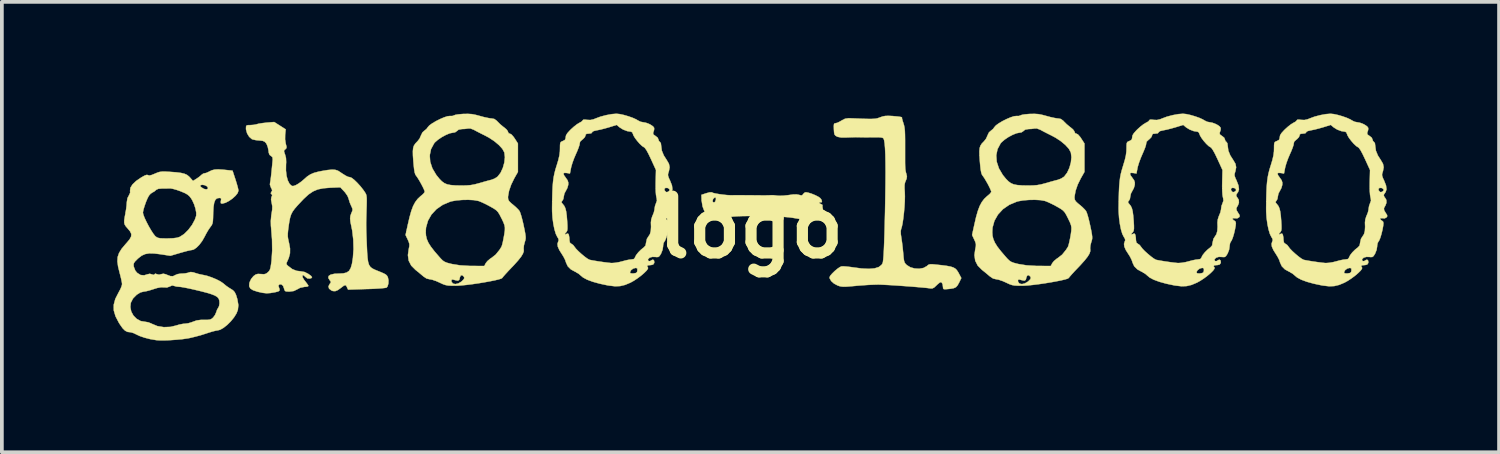
<source format=kicad_pcb>
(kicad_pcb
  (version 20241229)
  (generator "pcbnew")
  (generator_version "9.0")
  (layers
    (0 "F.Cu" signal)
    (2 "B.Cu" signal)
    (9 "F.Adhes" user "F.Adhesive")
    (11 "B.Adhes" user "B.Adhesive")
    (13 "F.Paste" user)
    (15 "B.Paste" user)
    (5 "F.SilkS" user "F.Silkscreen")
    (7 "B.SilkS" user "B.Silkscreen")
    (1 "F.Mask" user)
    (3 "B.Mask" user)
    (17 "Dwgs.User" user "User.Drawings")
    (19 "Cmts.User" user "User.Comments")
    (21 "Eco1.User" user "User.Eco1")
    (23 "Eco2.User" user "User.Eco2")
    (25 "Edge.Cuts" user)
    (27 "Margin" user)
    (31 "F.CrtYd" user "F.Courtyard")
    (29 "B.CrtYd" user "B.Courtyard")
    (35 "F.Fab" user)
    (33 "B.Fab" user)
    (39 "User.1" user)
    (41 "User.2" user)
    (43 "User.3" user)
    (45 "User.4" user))
  (footprint "logo"
    (layer "F.Cu")
    (at 17.12 3.053)
    (property "Reference" "logo" (at 0 0 0) (layer "F.SilkS") (effects (font (size 1.524 1.524) (thickness 0.3))))
    (attr through_hole)
    (fp_poly (pts (xy 1.539 -0.928) (xy 1.629 -0.9) (xy 1.724 -0.861) (xy 1.807 -0.819) (xy 1.857 -0.784) (xy 1.893 -0.736) (xy 1.905 -0.692) (xy 1.892 -0.668) (xy 1.867 -0.67) (xy 1.834 -0.671) (xy 1.829 -0.661) (xy 1.85 -0.636) (xy 1.88 -0.622) (xy 1.916 -0.602) (xy 1.919 -0.586) (xy 1.917 -0.55) (xy 1.928 -0.49) (xy 1.93 -0.485) (xy 1.94 -0.429) (xy 1.926 -0.382) (xy 1.882 -0.324) (xy 1.878 -0.32) (xy 1.816 -0.263) (xy 1.751 -0.226) (xy 1.733 -0.221) (xy 1.661 -0.206) (xy 1.613 -0.196) (xy 1.561 -0.193) (xy 1.479 -0.198) (xy 1.41 -0.207) (xy 1.292 -0.225) (xy 1.164 -0.246) (xy 1.105 -0.256) (xy 1.009 -0.268) (xy 0.875 -0.279) (xy 0.712 -0.287) (xy 0.529 -0.294) (xy 0.335 -0.299) (xy 0.14 -0.301) (xy -0.048 -0.302) (xy -0.22 -0.3) (xy -0.365 -0.295) (xy -0.475 -0.288) (xy -0.527 -0.281) (xy -0.595 -0.271) (xy -0.626 -0.277) (xy -0.635 -0.301) (xy -0.635 -0.308) (xy -0.654 -0.345) (xy -0.696 -0.356) (xy -0.739 -0.338) (xy -0.754 -0.319) (xy -0.794 -0.295) (xy -0.883 -0.28) (xy -0.945 -0.276) (xy -1.04 -0.274) (xy -1.102 -0.281) (xy -1.146 -0.3) (xy -1.179 -0.328) (xy -1.251 -0.426) (xy -1.302 -0.56) (xy -1.326 -0.711) (xy -1.034 -0.711) (xy -1.026 -0.682) (xy -0.996 -0.664) (xy -0.965 -0.685) (xy -0.945 -0.738) (xy -0.944 -0.745) (xy -0.945 -0.792) (xy -0.967 -0.8) (xy -0.974 -0.798) (xy -1.017 -0.762) (xy -1.034 -0.711) (xy -1.326 -0.711) (xy -1.327 -0.715) (xy -1.328 -0.733) (xy -1.333 -0.87) (xy -1.201 -0.914) (xy -1.114 -0.937) (xy -1.058 -0.939) (xy -1.046 -0.934) (xy -1.01 -0.919) (xy -0.936 -0.903) (xy -0.84 -0.887) (xy -0.734 -0.873) (xy -0.632 -0.863) (xy -0.547 -0.859) (xy -0.533 -0.859) (xy -0.459 -0.86) (xy -0.347 -0.86) (xy -0.211 -0.86) (xy -0.064 -0.859) (xy 0.082 -0.858) (xy 0.212 -0.857) (xy 0.279 -0.856) (xy 0.379 -0.856) (xy 0.47 -0.857) (xy 0.521 -0.86) (xy 0.599 -0.861) (xy 0.686 -0.851) (xy 0.695 -0.849) (xy 0.77 -0.844) (xy 0.876 -0.849) (xy 0.994 -0.862) (xy 1.003 -0.863) (xy 1.129 -0.88) (xy 1.219 -0.882) (xy 1.284 -0.871) (xy 1.292 -0.869) (xy 1.349 -0.854) (xy 1.381 -0.865) (xy 1.398 -0.89) (xy 1.439 -0.93) (xy 1.473 -0.94) (xy 1.539 -0.928)) (stroke (width 0.01) (type solid)) (fill yes) (layer "F.SilkS"))
    (fp_poly (pts (xy 3.798 -2.987) (xy 3.829 -2.984) (xy 3.93 -2.975) (xy 4.006 -2.965) (xy 4.049 -2.955) (xy 4.053 -2.95) (xy 4.055 -2.918) (xy 4.072 -2.855) (xy 4.091 -2.797) (xy 4.109 -2.737) (xy 4.122 -2.671) (xy 4.131 -2.589) (xy 4.135 -2.482) (xy 4.137 -2.341) (xy 4.137 -2.226) (xy 4.137 -2.022) (xy 4.137 -1.862) (xy 4.137 -1.74) (xy 4.139 -1.649) (xy 4.142 -1.582) (xy 4.147 -1.533) (xy 4.154 -1.496) (xy 4.162 -1.462) (xy 4.169 -1.441) (xy 4.186 -1.366) (xy 4.177 -1.304) (xy 4.156 -1.252) (xy 4.134 -1.196) (xy 4.123 -1.134) (xy 4.122 -1.05) (xy 4.129 -0.936) (xy 4.132 -0.828) (xy 4.129 -0.693) (xy 4.12 -0.542) (xy 4.106 -0.387) (xy 4.089 -0.239) (xy 4.07 -0.109) (xy 4.049 -0.009) (xy 4.032 0.044) (xy 4.02 0.1) (xy 4.023 0.189) (xy 4.037 0.285) (xy 4.054 0.4) (xy 4.071 0.54) (xy 4.085 0.678) (xy 4.088 0.709) (xy 4.098 0.823) (xy 4.109 0.898) (xy 4.125 0.948) (xy 4.151 0.985) (xy 4.186 1.018) (xy 4.28 1.076) (xy 4.397 1.108) (xy 4.52 1.114) (xy 4.633 1.093) (xy 4.721 1.044) (xy 4.729 1.037) (xy 4.765 1.007) (xy 4.809 0.994) (xy 4.876 0.994) (xy 4.937 1) (xy 5.118 1.019) (xy 5.255 1.037) (xy 5.357 1.056) (xy 5.432 1.08) (xy 5.485 1.11) (xy 5.526 1.151) (xy 5.562 1.205) (xy 5.589 1.255) (xy 5.647 1.364) (xy 5.59 1.482) (xy 5.547 1.56) (xy 5.503 1.609) (xy 5.443 1.637) (xy 5.352 1.653) (xy 5.302 1.658) (xy 5.22 1.665) (xy 5.177 1.662) (xy 5.159 1.646) (xy 5.156 1.613) (xy 5.156 1.613) (xy 5.146 1.532) (xy 5.119 1.483) (xy 5.095 1.473) (xy 5.061 1.49) (xy 5.008 1.534) (xy 4.977 1.564) (xy 4.918 1.619) (xy 4.871 1.642) (xy 4.817 1.643) (xy 4.801 1.64) (xy 4.725 1.63) (xy 4.608 1.619) (xy 4.46 1.606) (xy 4.292 1.592) (xy 4.113 1.579) (xy 3.933 1.566) (xy 3.762 1.555) (xy 3.61 1.547) (xy 3.488 1.541) (xy 3.416 1.539) (xy 3.303 1.542) (xy 3.157 1.548) (xy 2.996 1.559) (xy 2.837 1.571) (xy 2.815 1.574) (xy 2.668 1.587) (xy 2.561 1.595) (xy 2.483 1.597) (xy 2.426 1.592) (xy 2.378 1.582) (xy 2.329 1.565) (xy 2.326 1.564) (xy 2.228 1.512) (xy 2.153 1.445) (xy 2.112 1.373) (xy 2.108 1.345) (xy 2.127 1.304) (xy 2.176 1.246) (xy 2.243 1.18) (xy 2.316 1.118) (xy 2.383 1.072) (xy 2.426 1.052) (xy 2.476 1.049) (xy 2.561 1.055) (xy 2.668 1.067) (xy 2.737 1.077) (xy 2.974 1.108) (xy 3.167 1.117) (xy 3.318 1.104) (xy 3.43 1.069) (xy 3.505 1.011) (xy 3.531 0.97) (xy 3.542 0.932) (xy 3.551 0.86) (xy 3.56 0.752) (xy 3.568 0.603) (xy 3.576 0.412) (xy 3.584 0.175) (xy 3.588 0.025) (xy 3.599 -0.423) (xy 3.606 -0.823) (xy 3.611 -1.174) (xy 3.613 -1.478) (xy 3.611 -1.737) (xy 3.607 -1.951) (xy 3.599 -2.122) (xy 3.588 -2.251) (xy 3.574 -2.339) (xy 3.557 -2.386) (xy 3.526 -2.405) (xy 3.459 -2.415) (xy 3.349 -2.417) (xy 3.324 -2.417) (xy 3.218 -2.416) (xy 3.125 -2.415) (xy 3.063 -2.415) (xy 3.054 -2.415) (xy 2.873 -2.418) (xy 2.723 -2.417) (xy 2.581 -2.412) (xy 2.553 -2.411) (xy 2.42 -2.411) (xy 2.328 -2.428) (xy 2.303 -2.439) (xy 2.263 -2.464) (xy 2.24 -2.497) (xy 2.23 -2.552) (xy 2.225 -2.635) (xy 2.223 -2.722) (xy 2.228 -2.77) (xy 2.244 -2.79) (xy 2.272 -2.794) (xy 2.324 -2.808) (xy 2.394 -2.843) (xy 2.426 -2.863) (xy 2.524 -2.914) (xy 2.62 -2.928) (xy 2.629 -2.928) (xy 2.837 -2.92) (xy 3.001 -2.913) (xy 3.128 -2.91) (xy 3.224 -2.909) (xy 3.295 -2.912) (xy 3.35 -2.917) (xy 3.393 -2.926) (xy 3.433 -2.939) (xy 3.467 -2.952) (xy 3.537 -2.976) (xy 3.605 -2.989) (xy 3.687 -2.992) (xy 3.798 -2.987)) (stroke (width 0.01) (type solid)) (fill yes) (layer "F.SilkS"))
    (fp_poly (pts (xy -7.495 -3.038) (xy -7.386 -3.016) (xy -7.278 -2.987) (xy -7.167 -2.957) (xy -7.064 -2.935) (xy -6.987 -2.922) (xy -6.966 -2.921) (xy -6.895 -2.908) (xy -6.832 -2.862) (xy -6.807 -2.836) (xy -6.738 -2.767) (xy -6.655 -2.698) (xy -6.63 -2.68) (xy -6.569 -2.628) (xy -6.532 -2.579) (xy -6.528 -2.562) (xy -6.508 -2.522) (xy -6.48 -2.515) (xy -6.435 -2.492) (xy -6.378 -2.428) (xy -6.346 -2.382) (xy -6.261 -2.249) (xy -6.261 -1.486) (xy -6.359 -1.314) (xy -6.441 -1.146) (xy -6.499 -0.98) (xy -6.526 -0.832) (xy -6.527 -0.794) (xy -6.521 -0.743) (xy -6.495 -0.698) (xy -6.441 -0.645) (xy -6.394 -0.607) (xy -6.318 -0.542) (xy -6.252 -0.477) (xy -6.217 -0.434) (xy -6.196 -0.384) (xy -6.168 -0.295) (xy -6.138 -0.181) (xy -6.108 -0.053) (xy -6.106 -0.04) (xy -6.078 0.094) (xy -6.061 0.19) (xy -6.053 0.258) (xy -6.054 0.309) (xy -6.063 0.354) (xy -6.078 0.403) (xy -6.1 0.488) (xy -6.107 0.565) (xy -6.105 0.589) (xy -6.104 0.645) (xy -6.127 0.71) (xy -6.175 0.79) (xy -6.254 0.89) (xy -6.366 1.015) (xy -6.44 1.092) (xy -6.527 1.184) (xy -6.601 1.265) (xy -6.655 1.326) (xy -6.681 1.36) (xy -6.682 1.362) (xy -6.712 1.38) (xy -6.783 1.402) (xy -6.889 1.427) (xy -7.02 1.453) (xy -7.169 1.48) (xy -7.327 1.506) (xy -7.487 1.529) (xy -7.639 1.548) (xy -7.776 1.562) (xy -7.889 1.569) (xy -7.925 1.57) (xy -8.048 1.569) (xy -8.135 1.565) (xy -8.204 1.552) (xy -8.27 1.53) (xy -8.348 1.494) (xy -8.369 1.484) (xy -8.466 1.441) (xy -8.547 1.414) (xy -8.046 1.414) (xy -8.044 1.458) (xy -8.04 1.471) (xy -8.003 1.514) (xy -7.94 1.527) (xy -7.862 1.509) (xy -7.783 1.463) (xy -7.766 1.449) (xy -7.716 1.398) (xy -7.7 1.362) (xy -7.712 1.329) (xy -7.754 1.288) (xy -7.794 1.293) (xy -7.818 1.341) (xy -7.819 1.346) (xy -7.836 1.412) (xy -7.871 1.435) (xy -7.936 1.423) (xy -7.947 1.42) (xy -8.015 1.402) (xy -8.046 1.414) (xy -8.547 1.414) (xy -8.557 1.41) (xy -8.624 1.397) (xy -8.629 1.397) (xy -8.714 1.377) (xy -8.805 1.316) (xy -8.807 1.313) (xy -8.888 1.245) (xy -8.978 1.171) (xy -9.011 1.145) (xy -9.126 1.03) (xy -9.194 0.898) (xy -9.215 0.748) (xy -9.194 0.594) (xy -9.177 0.51) (xy -9.176 0.449) (xy -9.195 0.387) (xy -9.219 0.332) (xy -9.278 0.208) (xy -9.26 0.124) (xy -8.737 0.124) (xy -8.73 0.224) (xy -8.708 0.318) (xy -8.666 0.415) (xy -8.599 0.521) (xy -8.505 0.643) (xy -8.378 0.79) (xy -8.331 0.843) (xy -8.281 0.893) (xy -8.229 0.928) (xy -8.162 0.955) (xy -8.063 0.981) (xy -8.026 0.989) (xy -7.816 1.023) (xy -7.564 1.038) (xy -7.487 1.039) (xy -7.164 1.041) (xy -7.125 0.966) (xy -7.08 0.909) (xy -7.01 0.849) (xy -6.97 0.823) (xy -6.858 0.735) (xy -6.753 0.605) (xy -6.702 0.523) (xy -6.686 0.478) (xy -6.666 0.398) (xy -6.646 0.298) (xy -6.627 0.193) (xy -6.613 0.097) (xy -6.611 0.076) (xy -6.61 0.011) (xy -6.621 -0.054) (xy -6.65 -0.132) (xy -6.7 -0.238) (xy -6.703 -0.242) (xy -6.752 -0.338) (xy -6.793 -0.404) (xy -6.837 -0.452) (xy -6.898 -0.496) (xy -6.988 -0.548) (xy -7.016 -0.563) (xy -7.121 -0.619) (xy -7.223 -0.667) (xy -7.304 -0.701) (xy -7.328 -0.708) (xy -7.445 -0.729) (xy -7.593 -0.737) (xy -7.754 -0.734) (xy -7.91 -0.721) (xy -8.044 -0.697) (xy -8.079 -0.687) (xy -8.279 -0.603) (xy -8.448 -0.486) (xy -8.583 -0.341) (xy -8.677 -0.175) (xy -8.729 0.008) (xy -8.737 0.124) (xy -9.26 0.124) (xy -9.221 -0.055) (xy -9.172 -0.266) (xy -9.125 -0.435) (xy -9.075 -0.569) (xy -9.019 -0.674) (xy -8.954 -0.76) (xy -8.876 -0.834) (xy -8.851 -0.853) (xy -8.797 -0.902) (xy -8.766 -0.944) (xy -8.763 -0.955) (xy -8.775 -0.995) (xy -8.807 -1.066) (xy -8.852 -1.153) (xy -8.902 -1.243) (xy -8.951 -1.323) (xy -8.99 -1.379) (xy -8.996 -1.386) (xy -9.017 -1.42) (xy -9.034 -1.475) (xy -9.048 -1.558) (xy -9.061 -1.679) (xy -9.069 -1.772) (xy -9.08 -1.927) (xy -9.08 -1.932) (xy -8.629 -1.932) (xy -8.617 -1.759) (xy -8.558 -1.581) (xy -8.453 -1.404) (xy -8.368 -1.299) (xy -8.302 -1.232) (xy -8.236 -1.184) (xy -8.161 -1.152) (xy -8.066 -1.133) (xy -7.94 -1.123) (xy -7.794 -1.12) (xy -7.649 -1.122) (xy -7.533 -1.131) (xy -7.423 -1.151) (xy -7.299 -1.184) (xy -7.185 -1.217) (xy -7.077 -1.247) (xy -6.993 -1.269) (xy -6.972 -1.274) (xy -6.887 -1.307) (xy -6.811 -1.356) (xy -6.803 -1.363) (xy -6.725 -1.464) (xy -6.665 -1.595) (xy -6.625 -1.739) (xy -6.61 -1.881) (xy -6.624 -2.003) (xy -6.627 -2.013) (xy -6.678 -2.106) (xy -6.769 -2.206) (xy -6.89 -2.308) (xy -7.033 -2.403) (xy -7.138 -2.46) (xy -7.245 -2.513) (xy -7.345 -2.564) (xy -7.422 -2.605) (xy -7.442 -2.617) (xy -7.54 -2.654) (xy -7.603 -2.652) (xy -7.681 -2.641) (xy -7.767 -2.637) (xy -7.768 -2.637) (xy -7.854 -2.621) (xy -7.894 -2.588) (xy -7.949 -2.549) (xy -8.005 -2.54) (xy -8.088 -2.524) (xy -8.193 -2.481) (xy -8.304 -2.421) (xy -8.408 -2.351) (xy -8.489 -2.28) (xy -8.512 -2.252) (xy -8.595 -2.098) (xy -8.629 -1.932) (xy -9.08 -1.932) (xy -9.082 -2.041) (xy -9.074 -2.126) (xy -9.054 -2.19) (xy -9.018 -2.245) (xy -8.966 -2.3) (xy -8.956 -2.31) (xy -8.903 -2.378) (xy -8.866 -2.46) (xy -8.865 -2.464) (xy -8.824 -2.547) (xy -8.775 -2.591) (xy -8.715 -2.64) (xy -8.68 -2.688) (xy -8.638 -2.735) (xy -8.561 -2.791) (xy -8.461 -2.85) (xy -8.351 -2.905) (xy -8.244 -2.951) (xy -8.152 -2.981) (xy -8.088 -2.988) (xy -8.087 -2.988) (xy -8.022 -2.988) (xy -7.979 -3.004) (xy -7.979 -3.004) (xy -7.942 -3.018) (xy -7.868 -3.031) (xy -7.77 -3.04) (xy -7.728 -3.043) (xy -7.601 -3.045) (xy -7.495 -3.038)) (stroke (width 0.01) (type solid)) (fill yes) (layer "F.SilkS"))
    (fp_poly (pts (xy 7.72 -3.038) (xy 7.829 -3.016) (xy 7.936 -2.987) (xy 8.048 -2.957) (xy 8.15 -2.935) (xy 8.228 -2.922) (xy 8.248 -2.921) (xy 8.319 -2.908) (xy 8.383 -2.862) (xy 8.407 -2.836) (xy 8.477 -2.767) (xy 8.56 -2.698) (xy 8.584 -2.68) (xy 8.646 -2.628) (xy 8.682 -2.579) (xy 8.687 -2.562) (xy 8.707 -2.522) (xy 8.735 -2.515) (xy 8.78 -2.492) (xy 8.837 -2.428) (xy 8.868 -2.382) (xy 8.954 -2.249) (xy 8.954 -1.486) (xy 8.856 -1.314) (xy 8.773 -1.146) (xy 8.716 -0.98) (xy 8.689 -0.832) (xy 8.687 -0.794) (xy 8.694 -0.743) (xy 8.719 -0.698) (xy 8.774 -0.645) (xy 8.82 -0.607) (xy 8.897 -0.542) (xy 8.962 -0.477) (xy 8.997 -0.434) (xy 9.019 -0.384) (xy 9.047 -0.295) (xy 9.077 -0.181) (xy 9.106 -0.053) (xy 9.109 -0.04) (xy 9.137 0.094) (xy 9.154 0.19) (xy 9.162 0.258) (xy 9.161 0.309) (xy 9.152 0.354) (xy 9.136 0.403) (xy 9.114 0.488) (xy 9.107 0.565) (xy 9.11 0.589) (xy 9.11 0.645) (xy 9.088 0.71) (xy 9.039 0.79) (xy 8.96 0.89) (xy 8.848 1.015) (xy 8.775 1.092) (xy 8.687 1.184) (xy 8.613 1.265) (xy 8.56 1.326) (xy 8.533 1.36) (xy 8.532 1.362) (xy 8.503 1.38) (xy 8.431 1.402) (xy 8.326 1.427) (xy 8.195 1.453) (xy 8.046 1.48) (xy 7.887 1.506) (xy 7.728 1.529) (xy 7.576 1.548) (xy 7.439 1.562) (xy 7.326 1.569) (xy 7.29 1.57) (xy 7.167 1.569) (xy 7.079 1.565) (xy 7.01 1.552) (xy 6.945 1.53) (xy 6.866 1.494) (xy 6.846 1.484) (xy 6.748 1.441) (xy 6.667 1.414) (xy 7.169 1.414) (xy 7.171 1.458) (xy 7.175 1.471) (xy 7.211 1.514) (xy 7.275 1.527) (xy 7.352 1.509) (xy 7.432 1.463) (xy 7.448 1.449) (xy 7.499 1.398) (xy 7.514 1.362) (xy 7.503 1.329) (xy 7.46 1.288) (xy 7.421 1.293) (xy 7.396 1.341) (xy 7.396 1.346) (xy 7.378 1.412) (xy 7.343 1.435) (xy 7.278 1.423) (xy 7.268 1.42) (xy 7.199 1.402) (xy 7.169 1.414) (xy 6.667 1.414) (xy 6.657 1.41) (xy 6.59 1.397) (xy 6.586 1.397) (xy 6.501 1.377) (xy 6.41 1.316) (xy 6.407 1.313) (xy 6.327 1.245) (xy 6.236 1.171) (xy 6.203 1.145) (xy 6.088 1.03) (xy 6.021 0.898) (xy 6 0.748) (xy 6.021 0.594) (xy 6.038 0.51) (xy 6.039 0.449) (xy 6.02 0.387) (xy 5.995 0.332) (xy 5.937 0.208) (xy 5.955 0.124) (xy 6.478 0.124) (xy 6.484 0.224) (xy 6.507 0.318) (xy 6.549 0.415) (xy 6.615 0.521) (xy 6.71 0.643) (xy 6.836 0.79) (xy 6.883 0.843) (xy 6.934 0.893) (xy 6.985 0.928) (xy 7.053 0.955) (xy 7.152 0.981) (xy 7.188 0.989) (xy 7.399 1.023) (xy 7.651 1.038) (xy 7.727 1.039) (xy 8.05 1.041) (xy 8.089 0.966) (xy 8.134 0.909) (xy 8.205 0.849) (xy 8.244 0.823) (xy 8.356 0.735) (xy 8.461 0.605) (xy 8.513 0.523) (xy 8.528 0.478) (xy 8.548 0.398) (xy 8.569 0.298) (xy 8.588 0.193) (xy 8.601 0.097) (xy 8.603 0.076) (xy 8.605 0.011) (xy 8.594 -0.054) (xy 8.565 -0.132) (xy 8.514 -0.238) (xy 8.512 -0.242) (xy 8.463 -0.338) (xy 8.422 -0.404) (xy 8.377 -0.452) (xy 8.316 -0.496) (xy 8.226 -0.548) (xy 8.199 -0.563) (xy 8.093 -0.619) (xy 7.992 -0.667) (xy 7.91 -0.701) (xy 7.887 -0.708) (xy 7.77 -0.729) (xy 7.622 -0.737) (xy 7.461 -0.734) (xy 7.304 -0.721) (xy 7.171 -0.697) (xy 7.136 -0.687) (xy 6.935 -0.603) (xy 6.766 -0.486) (xy 6.632 -0.341) (xy 6.537 -0.175) (xy 6.486 0.008) (xy 6.478 0.124) (xy 5.955 0.124) (xy 5.994 -0.055) (xy 6.042 -0.266) (xy 6.09 -0.435) (xy 6.14 -0.569) (xy 6.196 -0.674) (xy 6.261 -0.76) (xy 6.339 -0.834) (xy 6.363 -0.853) (xy 6.418 -0.902) (xy 6.449 -0.944) (xy 6.452 -0.955) (xy 6.439 -0.995) (xy 6.407 -1.066) (xy 6.363 -1.153) (xy 6.312 -1.243) (xy 6.264 -1.323) (xy 6.225 -1.379) (xy 6.219 -1.386) (xy 6.198 -1.42) (xy 6.181 -1.475) (xy 6.166 -1.558) (xy 6.153 -1.679) (xy 6.145 -1.772) (xy 6.135 -1.927) (xy 6.134 -1.932) (xy 6.585 -1.932) (xy 6.598 -1.759) (xy 6.657 -1.581) (xy 6.761 -1.404) (xy 6.847 -1.299) (xy 6.913 -1.232) (xy 6.978 -1.184) (xy 7.053 -1.152) (xy 7.149 -1.133) (xy 7.275 -1.123) (xy 7.42 -1.12) (xy 7.566 -1.122) (xy 7.682 -1.131) (xy 7.792 -1.151) (xy 7.916 -1.184) (xy 8.03 -1.217) (xy 8.138 -1.247) (xy 8.222 -1.269) (xy 8.242 -1.274) (xy 8.328 -1.307) (xy 8.404 -1.356) (xy 8.412 -1.363) (xy 8.489 -1.464) (xy 8.55 -1.595) (xy 8.59 -1.739) (xy 8.605 -1.881) (xy 8.59 -2.003) (xy 8.587 -2.013) (xy 8.536 -2.106) (xy 8.446 -2.206) (xy 8.325 -2.308) (xy 8.182 -2.403) (xy 8.076 -2.46) (xy 7.97 -2.513) (xy 7.87 -2.564) (xy 7.793 -2.605) (xy 7.772 -2.617) (xy 7.675 -2.654) (xy 7.611 -2.652) (xy 7.534 -2.641) (xy 7.448 -2.637) (xy 7.447 -2.637) (xy 7.36 -2.621) (xy 7.321 -2.588) (xy 7.265 -2.549) (xy 7.21 -2.54) (xy 7.127 -2.524) (xy 7.022 -2.481) (xy 6.91 -2.421) (xy 6.807 -2.351) (xy 6.726 -2.28) (xy 6.702 -2.252) (xy 6.62 -2.098) (xy 6.585 -1.932) (xy 6.134 -1.932) (xy 6.132 -2.041) (xy 6.14 -2.126) (xy 6.161 -2.19) (xy 6.196 -2.245) (xy 6.249 -2.3) (xy 6.259 -2.31) (xy 6.312 -2.378) (xy 6.349 -2.46) (xy 6.35 -2.464) (xy 6.39 -2.547) (xy 6.44 -2.591) (xy 6.5 -2.64) (xy 6.535 -2.688) (xy 6.577 -2.735) (xy 6.654 -2.791) (xy 6.753 -2.85) (xy 6.863 -2.905) (xy 6.971 -2.951) (xy 7.063 -2.981) (xy 7.127 -2.988) (xy 7.128 -2.988) (xy 7.192 -2.988) (xy 7.236 -3.004) (xy 7.236 -3.004) (xy 7.273 -3.018) (xy 7.347 -3.031) (xy 7.445 -3.04) (xy 7.486 -3.043) (xy 7.614 -3.045) (xy 7.72 -3.038)) (stroke (width 0.01) (type solid)) (fill yes) (layer "F.SilkS"))
    (fp_poly (pts (xy -12.652 -2.728) (xy -12.497 -2.629) (xy -12.512 -2.486) (xy -12.514 -2.359) (xy -12.496 -2.244) (xy -12.494 -2.236) (xy -12.476 -2.166) (xy -12.477 -2.127) (xy -12.499 -2.1) (xy -12.509 -2.093) (xy -12.537 -2.068) (xy -12.542 -2.038) (xy -12.527 -1.986) (xy -12.515 -1.955) (xy -12.49 -1.862) (xy -12.485 -1.749) (xy -12.489 -1.682) (xy -12.491 -1.528) (xy -12.475 -1.383) (xy -12.442 -1.259) (xy -12.396 -1.169) (xy -12.38 -1.151) (xy -12.338 -1.114) (xy -12.302 -1.105) (xy -12.25 -1.121) (xy -12.226 -1.13) (xy -12.156 -1.17) (xy -12.072 -1.23) (xy -12.014 -1.28) (xy -11.921 -1.362) (xy -11.836 -1.418) (xy -11.742 -1.459) (xy -11.624 -1.491) (xy -11.534 -1.509) (xy -11.375 -1.536) (xy -11.256 -1.547) (xy -11.167 -1.542) (xy -11.1 -1.521) (xy -11.072 -1.505) (xy -10.965 -1.434) (xy -10.891 -1.388) (xy -10.839 -1.361) (xy -10.802 -1.349) (xy -10.775 -1.346) (xy -10.728 -1.327) (xy -10.659 -1.275) (xy -10.579 -1.198) (xy -10.494 -1.105) (xy -10.414 -1.004) (xy -10.384 -0.961) (xy -10.358 -0.921) (xy -10.339 -0.885) (xy -10.328 -0.844) (xy -10.322 -0.786) (xy -10.321 -0.705) (xy -10.323 -0.589) (xy -10.327 -0.475) (xy -10.331 -0.332) (xy -10.334 -0.222) (xy -10.336 -0.131) (xy -10.336 -0.051) (xy -10.335 0.03) (xy -10.333 0.123) (xy -10.329 0.239) (xy -10.323 0.388) (xy -10.318 0.5) (xy -10.31 0.684) (xy -10.299 0.825) (xy -10.284 0.93) (xy -10.261 1.006) (xy -10.227 1.061) (xy -10.18 1.101) (xy -10.116 1.135) (xy -10.056 1.16) (xy -9.939 1.207) (xy -9.86 1.242) (xy -9.81 1.27) (xy -9.78 1.297) (xy -9.761 1.329) (xy -9.753 1.347) (xy -9.737 1.425) (xy -9.74 1.512) (xy -9.761 1.586) (xy -9.786 1.62) (xy -9.82 1.628) (xy -9.897 1.637) (xy -10.007 1.645) (xy -10.144 1.653) (xy -10.298 1.659) (xy -10.32 1.659) (xy -10.822 1.675) (xy -10.851 1.612) (xy -10.874 1.568) (xy -10.9 1.554) (xy -10.939 1.571) (xy -11.004 1.62) (xy -11.01 1.625) (xy -11.098 1.688) (xy -11.167 1.716) (xy -11.23 1.713) (xy -11.271 1.697) (xy -11.333 1.648) (xy -11.348 1.587) (xy -11.314 1.522) (xy -11.284 1.482) (xy -11.291 1.451) (xy -11.312 1.427) (xy -11.352 1.362) (xy -11.344 1.31) (xy -11.289 1.273) (xy -11.19 1.25) (xy -11.074 1.245) (xy -10.952 1.239) (xy -10.861 1.217) (xy -10.796 1.172) (xy -10.751 1.097) (xy -10.718 0.986) (xy -10.693 0.83) (xy -10.692 0.824) (xy -10.675 0.588) (xy -10.682 0.334) (xy -10.711 0.087) (xy -10.733 -0.021) (xy -10.758 -0.143) (xy -10.767 -0.232) (xy -10.76 -0.303) (xy -10.737 -0.37) (xy -10.729 -0.389) (xy -10.705 -0.446) (xy -10.703 -0.491) (xy -10.725 -0.548) (xy -10.738 -0.574) (xy -10.775 -0.66) (xy -10.802 -0.747) (xy -10.805 -0.762) (xy -10.837 -0.842) (xy -10.9 -0.933) (xy -10.926 -0.962) (xy -11.031 -1.073) (xy -11.301 -1.062) (xy -11.485 -1.047) (xy -11.634 -1.017) (xy -11.762 -0.963) (xy -11.884 -0.881) (xy -12.012 -0.763) (xy -12.056 -0.717) (xy -12.17 -0.596) (xy -12.254 -0.5) (xy -12.313 -0.419) (xy -12.353 -0.34) (xy -12.38 -0.254) (xy -12.401 -0.149) (xy -12.416 -0.049) (xy -12.433 0.078) (xy -12.441 0.17) (xy -12.442 0.243) (xy -12.433 0.311) (xy -12.416 0.39) (xy -12.409 0.418) (xy -12.381 0.57) (xy -12.382 0.698) (xy -12.414 0.821) (xy -12.445 0.893) (xy -12.473 0.954) (xy -12.476 0.99) (xy -12.455 1.02) (xy -12.437 1.036) (xy -12.321 1.124) (xy -12.207 1.17) (xy -12.115 1.181) (xy -11.99 1.202) (xy -11.89 1.253) (xy -11.818 1.306) (xy -11.79 1.342) (xy -11.807 1.365) (xy -11.851 1.378) (xy -11.916 1.373) (xy -11.974 1.328) (xy -12.016 1.289) (xy -12.038 1.288) (xy -12.048 1.305) (xy -12.041 1.349) (xy -12.001 1.416) (xy -11.975 1.449) (xy -11.926 1.512) (xy -11.894 1.56) (xy -11.887 1.577) (xy -11.91 1.592) (xy -11.966 1.6) (xy -11.988 1.6) (xy -12.109 1.625) (xy -12.182 1.664) (xy -12.279 1.712) (xy -12.392 1.727) (xy -12.399 1.727) (xy -12.474 1.725) (xy -12.513 1.713) (xy -12.531 1.682) (xy -12.539 1.652) (xy -12.568 1.573) (xy -12.615 1.533) (xy -12.664 1.534) (xy -12.692 1.565) (xy -12.687 1.594) (xy -12.663 1.66) (xy -12.663 1.699) (xy -12.696 1.723) (xy -12.769 1.742) (xy -12.795 1.747) (xy -12.912 1.767) (xy -13.011 1.773) (xy -13.112 1.762) (xy -13.236 1.735) (xy -13.256 1.73) (xy -13.374 1.691) (xy -13.446 1.645) (xy -13.478 1.584) (xy -13.473 1.504) (xy -13.465 1.474) (xy -13.425 1.39) (xy -13.365 1.316) (xy -13.357 1.309) (xy -13.299 1.268) (xy -13.242 1.253) (xy -13.161 1.257) (xy -13.161 1.257) (xy -13.081 1.262) (xy -13.026 1.248) (xy -12.975 1.21) (xy -12.943 1.176) (xy -12.92 1.136) (xy -12.903 1.076) (xy -12.889 0.987) (xy -12.876 0.888) (xy -12.86 0.628) (xy -12.864 0.33) (xy -12.89 -0.002) (xy -12.894 -0.035) (xy -12.897 -0.17) (xy -12.884 -0.319) (xy -12.877 -0.362) (xy -12.859 -0.475) (xy -12.857 -0.561) (xy -12.871 -0.641) (xy -12.873 -0.652) (xy -12.89 -0.74) (xy -12.883 -0.8) (xy -12.875 -0.817) (xy -12.86 -0.864) (xy -12.88 -0.89) (xy -12.9 -0.914) (xy -12.88 -0.95) (xy -12.88 -0.95) (xy -12.861 -0.987) (xy -12.873 -1.03) (xy -12.89 -1.057) (xy -12.921 -1.143) (xy -12.917 -1.19) (xy -12.906 -1.249) (xy -12.893 -1.35) (xy -12.878 -1.486) (xy -12.862 -1.649) (xy -12.846 -1.816) (xy -12.852 -1.879) (xy -12.89 -1.914) (xy -12.894 -1.916) (xy -12.931 -1.945) (xy -12.952 -2.001) (xy -12.96 -2.064) (xy -12.978 -2.154) (xy -13.009 -2.233) (xy -13.023 -2.256) (xy -13.063 -2.298) (xy -13.113 -2.32) (xy -13.193 -2.33) (xy -13.211 -2.331) (xy -13.3 -2.34) (xy -13.377 -2.357) (xy -13.406 -2.367) (xy -13.477 -2.428) (xy -13.533 -2.52) (xy -13.562 -2.622) (xy -13.564 -2.651) (xy -13.561 -2.708) (xy -13.545 -2.735) (xy -13.501 -2.743) (xy -13.451 -2.743) (xy -13.364 -2.749) (xy -13.288 -2.763) (xy -13.273 -2.768) (xy -13.216 -2.782) (xy -13.127 -2.796) (xy -13.023 -2.808) (xy -13.007 -2.81) (xy -12.806 -2.826) (xy -12.652 -2.728)) (stroke (width 0.01) (type solid)) (fill yes) (layer "F.SilkS"))
    (fp_poly (pts (xy -3.526 -3.039) (xy -3.412 -3.014) (xy -3.289 -2.978) (xy -3.174 -2.937) (xy -3.081 -2.895) (xy -3.041 -2.87) (xy -2.968 -2.833) (xy -2.894 -2.819) (xy -2.822 -2.806) (xy -2.736 -2.773) (xy -2.699 -2.754) (xy -2.632 -2.709) (xy -2.602 -2.668) (xy -2.604 -2.612) (xy -2.631 -2.531) (xy -2.621 -2.491) (xy -2.567 -2.452) (xy -2.508 -2.406) (xy -2.489 -2.361) (xy -2.472 -2.312) (xy -2.451 -2.295) (xy -2.422 -2.257) (xy -2.413 -2.181) (xy -2.396 -2.057) (xy -2.343 -1.928) (xy -2.263 -1.803) (xy -2.205 -1.703) (xy -2.187 -1.611) (xy -2.206 -1.506) (xy -2.215 -1.481) (xy -2.23 -1.428) (xy -2.228 -1.38) (xy -2.206 -1.318) (xy -2.177 -1.257) (xy -2.124 -1.123) (xy -2.111 -1.018) (xy -2.136 -0.943) (xy -2.146 -0.931) (xy -2.178 -0.883) (xy -2.184 -0.856) (xy -2.166 -0.81) (xy -2.146 -0.787) (xy -2.115 -0.732) (xy -2.113 -0.657) (xy -2.14 -0.584) (xy -2.147 -0.573) (xy -2.179 -0.514) (xy -2.175 -0.457) (xy -2.132 -0.385) (xy -2.13 -0.381) (xy -2.095 -0.327) (xy -2.093 -0.291) (xy -2.108 -0.267) (xy -2.159 -0.238) (xy -2.214 -0.242) (xy -2.27 -0.244) (xy -2.285 -0.223) (xy -2.254 -0.189) (xy -2.235 -0.178) (xy -2.203 -0.152) (xy -2.193 -0.11) (xy -2.199 -0.043) (xy -2.22 0.072) (xy -2.248 0.186) (xy -2.278 0.285) (xy -2.308 0.356) (xy -2.327 0.384) (xy -2.35 0.426) (xy -2.362 0.495) (xy -2.362 0.512) (xy -2.377 0.607) (xy -2.415 0.703) (xy -2.419 0.712) (xy -2.458 0.773) (xy -2.492 0.799) (xy -2.541 0.801) (xy -2.568 0.797) (xy -2.654 0.796) (xy -2.724 0.817) (xy -2.764 0.856) (xy -2.769 0.877) (xy -2.751 0.909) (xy -2.711 0.909) (xy -2.672 0.884) (xy -2.634 0.869) (xy -2.606 0.892) (xy -2.598 0.94) (xy -2.603 0.963) (xy -2.629 1.001) (xy -2.686 1.015) (xy -2.707 1.016) (xy -2.773 1.023) (xy -2.792 1.046) (xy -2.767 1.084) (xy -2.769 1.114) (xy -2.806 1.165) (xy -2.871 1.229) (xy -2.955 1.301) (xy -3.05 1.372) (xy -3.148 1.437) (xy -3.238 1.487) (xy -3.383 1.548) (xy -3.516 1.58) (xy -3.654 1.585) (xy -3.816 1.566) (xy -3.848 1.561) (xy -4.065 1.515) (xy -4.252 1.463) (xy -4.403 1.407) (xy -4.512 1.348) (xy -4.558 1.31) (xy -4.629 1.249) (xy -4.69 1.212) (xy -3.251 1.212) (xy -3.235 1.236) (xy -3.18 1.241) (xy -3.156 1.24) (xy -3.092 1.229) (xy -3.062 1.204) (xy -3.053 1.162) (xy -3.054 1.111) (xy -3.082 1.093) (xy -3.101 1.092) (xy -3.166 1.11) (xy -3.222 1.152) (xy -3.25 1.203) (xy -3.251 1.212) (xy -4.69 1.212) (xy -4.708 1.201) (xy -4.724 1.194) (xy -4.838 1.132) (xy -4.922 1.048) (xy -4.967 0.952) (xy -4.969 0.946) (xy -4.992 0.877) (xy -5.036 0.791) (xy -5.073 0.732) (xy -5.148 0.613) (xy -5.189 0.52) (xy -5.198 0.447) (xy -5.182 0.394) (xy -5.165 0.347) (xy -5.176 0.303) (xy -5.204 0.258) (xy -5.243 0.178) (xy -5.279 0.058) (xy -5.309 -0.088) (xy -5.331 -0.25) (xy -5.342 -0.416) (xy -5.343 -0.508) (xy -5.341 -0.683) (xy -5.092 -0.683) (xy -5.081 -0.653) (xy -5.057 -0.625) (xy -5.016 -0.573) (xy -4.987 -0.51) (xy -4.966 -0.427) (xy -4.95 -0.313) (xy -4.939 -0.173) (xy -4.932 -0.051) (xy -4.931 0.032) (xy -4.936 0.084) (xy -4.95 0.117) (xy -4.963 0.133) (xy -4.998 0.176) (xy -4.996 0.194) (xy -4.957 0.18) (xy -4.956 0.179) (xy -4.917 0.168) (xy -4.896 0.199) (xy -4.893 0.21) (xy -4.881 0.278) (xy -4.877 0.348) (xy -4.865 0.413) (xy -4.827 0.444) (xy -4.826 0.445) (xy -4.777 0.478) (xy -4.741 0.525) (xy -4.703 0.575) (xy -4.638 0.642) (xy -4.558 0.715) (xy -4.474 0.785) (xy -4.398 0.841) (xy -4.341 0.873) (xy -4.331 0.876) (xy -4.22 0.897) (xy -4.091 0.918) (xy -3.959 0.937) (xy -3.841 0.952) (xy -3.752 0.961) (xy -3.734 0.961) (xy -3.647 0.955) (xy -3.539 0.936) (xy -3.454 0.914) (xy -3.356 0.888) (xy -3.266 0.87) (xy -3.21 0.864) (xy -3.148 0.854) (xy -3.119 0.819) (xy -3.115 0.806) (xy -3.085 0.748) (xy -3.028 0.675) (xy -2.955 0.602) (xy -2.88 0.542) (xy -2.877 0.54) (xy -2.832 0.489) (xy -2.819 0.413) (xy -2.795 0.309) (xy -2.756 0.249) (xy -2.715 0.185) (xy -2.692 0.102) (xy -2.685 -0.01) (xy -2.689 -0.127) (xy -2.68 -0.208) (xy -2.652 -0.297) (xy -2.642 -0.317) (xy -2.61 -0.398) (xy -2.592 -0.477) (xy -2.591 -0.494) (xy -2.578 -0.574) (xy -2.552 -0.645) (xy -2.527 -0.714) (xy -2.535 -0.784) (xy -2.541 -0.804) (xy -2.552 -0.867) (xy -2.56 -0.969) (xy -2.561 -1.033) (xy -2.326 -1.033) (xy -2.321 -0.991) (xy -2.312 -0.979) (xy -2.282 -0.946) (xy -2.256 -0.944) (xy -2.225 -0.955) (xy -2.188 -0.987) (xy -2.194 -1.026) (xy -2.238 -1.055) (xy -2.295 -1.058) (xy -2.326 -1.033) (xy -2.561 -1.033) (xy -2.562 -1.1) (xy -2.561 -1.212) (xy -2.553 -1.537) (xy -2.689 -1.834) (xy -2.755 -1.972) (xy -2.81 -2.073) (xy -2.853 -2.132) (xy -2.872 -2.147) (xy -2.922 -2.179) (xy -2.988 -2.24) (xy -3.056 -2.318) (xy -3.117 -2.398) (xy -3.158 -2.467) (xy -3.167 -2.494) (xy -3.191 -2.549) (xy -3.223 -2.566) (xy -3.324 -2.582) (xy -3.435 -2.624) (xy -3.527 -2.681) (xy -3.53 -2.683) (xy -3.608 -2.749) (xy -3.817 -2.684) (xy -3.931 -2.652) (xy -4.044 -2.623) (xy -4.134 -2.605) (xy -4.147 -2.602) (xy -4.228 -2.583) (xy -4.265 -2.557) (xy -4.267 -2.55) (xy -4.291 -2.523) (xy -4.356 -2.515) (xy -4.418 -2.509) (xy -4.442 -2.486) (xy -4.445 -2.465) (xy -4.465 -2.419) (xy -4.514 -2.367) (xy -4.529 -2.357) (xy -4.59 -2.3) (xy -4.602 -2.251) (xy -4.608 -2.209) (xy -4.633 -2.134) (xy -4.671 -2.038) (xy -4.7 -1.974) (xy -4.751 -1.855) (xy -4.796 -1.733) (xy -4.827 -1.628) (xy -4.835 -1.593) (xy -4.864 -1.443) (xy -4.946 -1.457) (xy -5.013 -1.461) (xy -5.038 -1.442) (xy -5.023 -1.397) (xy -4.976 -1.33) (xy -4.927 -1.26) (xy -4.908 -1.2) (xy -4.91 -1.138) (xy -4.934 -1.053) (xy -4.974 -0.978) (xy -4.976 -0.975) (xy -5.014 -0.902) (xy -5.029 -0.825) (xy -5.041 -0.758) (xy -5.068 -0.711) (xy -5.068 -0.71) (xy -5.092 -0.683) (xy -5.341 -0.683) (xy -5.34 -0.742) (xy -5.335 -0.934) (xy -5.328 -1.092) (xy -5.317 -1.222) (xy -5.302 -1.335) (xy -5.282 -1.437) (xy -5.257 -1.537) (xy -5.225 -1.643) (xy -5.223 -1.647) (xy -5.176 -1.803) (xy -5.147 -1.928) (xy -5.133 -2.037) (xy -5.131 -2.112) (xy -5.13 -2.205) (xy -5.124 -2.26) (xy -5.107 -2.29) (xy -5.076 -2.307) (xy -5.055 -2.315) (xy -4.999 -2.345) (xy -4.979 -2.392) (xy -4.978 -2.417) (xy -4.968 -2.468) (xy -4.934 -2.525) (xy -4.868 -2.598) (xy -4.835 -2.631) (xy -4.754 -2.704) (xy -4.674 -2.766) (xy -4.612 -2.804) (xy -4.607 -2.806) (xy -4.551 -2.837) (xy -4.522 -2.867) (xy -4.521 -2.872) (xy -4.502 -2.889) (xy -4.442 -2.889) (xy -4.408 -2.884) (xy -4.315 -2.88) (xy -4.227 -2.9) (xy -4.173 -2.922) (xy -4.043 -2.97) (xy -3.891 -3.01) (xy -3.74 -3.038) (xy -3.614 -3.048) (xy -3.526 -3.039)) (stroke (width 0.01) (type solid)) (fill yes) (layer "F.SilkS"))
    (fp_poly (pts (xy 11.689 -3.039) (xy 11.802 -3.014) (xy 11.925 -2.978) (xy 12.041 -2.937) (xy 12.133 -2.895) (xy 12.174 -2.87) (xy 12.247 -2.833) (xy 12.321 -2.819) (xy 12.392 -2.806) (xy 12.478 -2.773) (xy 12.516 -2.754) (xy 12.583 -2.709) (xy 12.613 -2.668) (xy 12.611 -2.612) (xy 12.584 -2.531) (xy 12.593 -2.491) (xy 12.647 -2.452) (xy 12.706 -2.406) (xy 12.725 -2.361) (xy 12.742 -2.312) (xy 12.764 -2.295) (xy 12.792 -2.257) (xy 12.802 -2.181) (xy 12.818 -2.057) (xy 12.871 -1.928) (xy 12.951 -1.803) (xy 13.01 -1.703) (xy 13.028 -1.611) (xy 13.008 -1.506) (xy 13 -1.481) (xy 12.985 -1.428) (xy 12.987 -1.38) (xy 13.009 -1.318) (xy 13.038 -1.257) (xy 13.09 -1.123) (xy 13.104 -1.018) (xy 13.079 -0.943) (xy 13.068 -0.931) (xy 13.037 -0.883) (xy 13.03 -0.856) (xy 13.048 -0.81) (xy 13.068 -0.787) (xy 13.099 -0.732) (xy 13.102 -0.657) (xy 13.075 -0.584) (xy 13.067 -0.573) (xy 13.035 -0.514) (xy 13.04 -0.457) (xy 13.082 -0.385) (xy 13.085 -0.381) (xy 13.119 -0.327) (xy 13.122 -0.291) (xy 13.106 -0.267) (xy 13.055 -0.238) (xy 13.001 -0.242) (xy 12.944 -0.244) (xy 12.93 -0.223) (xy 12.96 -0.189) (xy 12.98 -0.178) (xy 13.011 -0.152) (xy 13.021 -0.11) (xy 13.015 -0.043) (xy 12.994 0.072) (xy 12.967 0.186) (xy 12.936 0.285) (xy 12.906 0.356) (xy 12.887 0.384) (xy 12.865 0.426) (xy 12.853 0.495) (xy 12.852 0.512) (xy 12.838 0.607) (xy 12.8 0.703) (xy 12.795 0.712) (xy 12.756 0.773) (xy 12.722 0.799) (xy 12.674 0.801) (xy 12.646 0.797) (xy 12.56 0.796) (xy 12.491 0.817) (xy 12.451 0.856) (xy 12.446 0.877) (xy 12.463 0.909) (xy 12.504 0.909) (xy 12.543 0.884) (xy 12.58 0.869) (xy 12.609 0.892) (xy 12.617 0.94) (xy 12.612 0.963) (xy 12.585 1.001) (xy 12.529 1.015) (xy 12.508 1.016) (xy 12.441 1.023) (xy 12.422 1.046) (xy 12.448 1.084) (xy 12.445 1.114) (xy 12.408 1.165) (xy 12.344 1.229) (xy 12.26 1.301) (xy 12.165 1.372) (xy 12.066 1.437) (xy 11.976 1.487) (xy 11.831 1.548) (xy 11.699 1.58) (xy 11.561 1.585) (xy 11.398 1.566) (xy 11.367 1.561) (xy 11.15 1.515) (xy 10.963 1.463) (xy 10.812 1.407) (xy 10.702 1.348) (xy 10.657 1.31) (xy 10.585 1.249) (xy 10.524 1.212) (xy 11.963 1.212) (xy 11.98 1.236) (xy 12.035 1.241) (xy 12.059 1.24) (xy 12.123 1.229) (xy 12.152 1.204) (xy 12.162 1.162) (xy 12.161 1.111) (xy 12.133 1.093) (xy 12.113 1.092) (xy 12.049 1.11) (xy 11.993 1.152) (xy 11.964 1.203) (xy 11.963 1.212) (xy 10.524 1.212) (xy 10.507 1.201) (xy 10.49 1.194) (xy 10.377 1.132) (xy 10.292 1.048) (xy 10.247 0.952) (xy 10.246 0.946) (xy 10.222 0.877) (xy 10.179 0.791) (xy 10.142 0.732) (xy 10.066 0.613) (xy 10.026 0.52) (xy 10.017 0.447) (xy 10.033 0.394) (xy 10.05 0.347) (xy 10.039 0.303) (xy 10.011 0.258) (xy 9.971 0.178) (xy 9.935 0.058) (xy 9.906 -0.088) (xy 9.884 -0.25) (xy 9.873 -0.416) (xy 9.871 -0.508) (xy 9.874 -0.683) (xy 10.123 -0.683) (xy 10.133 -0.653) (xy 10.157 -0.625) (xy 10.198 -0.573) (xy 10.228 -0.51) (xy 10.249 -0.427) (xy 10.264 -0.313) (xy 10.276 -0.173) (xy 10.283 -0.051) (xy 10.284 0.032) (xy 10.278 0.084) (xy 10.265 0.117) (xy 10.252 0.133) (xy 10.216 0.176) (xy 10.218 0.194) (xy 10.257 0.18) (xy 10.259 0.179) (xy 10.298 0.168) (xy 10.319 0.199) (xy 10.322 0.21) (xy 10.333 0.278) (xy 10.337 0.348) (xy 10.349 0.413) (xy 10.388 0.444) (xy 10.389 0.445) (xy 10.438 0.478) (xy 10.473 0.525) (xy 10.511 0.575) (xy 10.576 0.642) (xy 10.657 0.715) (xy 10.741 0.785) (xy 10.817 0.841) (xy 10.873 0.873) (xy 10.884 0.876) (xy 10.994 0.897) (xy 11.124 0.918) (xy 11.255 0.937) (xy 11.374 0.952) (xy 11.463 0.961) (xy 11.481 0.961) (xy 11.567 0.955) (xy 11.675 0.936) (xy 11.76 0.914) (xy 11.858 0.888) (xy 11.949 0.87) (xy 12.005 0.864) (xy 12.066 0.854) (xy 12.095 0.819) (xy 12.099 0.806) (xy 12.129 0.748) (xy 12.187 0.675) (xy 12.26 0.602) (xy 12.335 0.542) (xy 12.338 0.54) (xy 12.383 0.489) (xy 12.395 0.413) (xy 12.42 0.309) (xy 12.459 0.249) (xy 12.499 0.185) (xy 12.522 0.102) (xy 12.53 -0.01) (xy 12.526 -0.127) (xy 12.535 -0.208) (xy 12.563 -0.297) (xy 12.572 -0.317) (xy 12.605 -0.398) (xy 12.623 -0.477) (xy 12.624 -0.494) (xy 12.636 -0.574) (xy 12.663 -0.645) (xy 12.687 -0.714) (xy 12.679 -0.784) (xy 12.673 -0.804) (xy 12.662 -0.867) (xy 12.655 -0.969) (xy 12.654 -1.033) (xy 12.888 -1.033) (xy 12.894 -0.991) (xy 12.902 -0.979) (xy 12.932 -0.946) (xy 12.959 -0.944) (xy 12.99 -0.955) (xy 13.026 -0.987) (xy 13.02 -1.026) (xy 12.977 -1.055) (xy 12.92 -1.058) (xy 12.888 -1.033) (xy 12.654 -1.033) (xy 12.652 -1.1) (xy 12.654 -1.212) (xy 12.662 -1.537) (xy 12.526 -1.834) (xy 12.46 -1.972) (xy 12.404 -2.073) (xy 12.362 -2.132) (xy 12.343 -2.147) (xy 12.292 -2.179) (xy 12.227 -2.24) (xy 12.158 -2.318) (xy 12.098 -2.398) (xy 12.057 -2.467) (xy 12.048 -2.494) (xy 12.023 -2.549) (xy 11.992 -2.566) (xy 11.89 -2.582) (xy 11.78 -2.624) (xy 11.687 -2.681) (xy 11.684 -2.683) (xy 11.607 -2.749) (xy 11.398 -2.684) (xy 11.283 -2.652) (xy 11.171 -2.623) (xy 11.081 -2.605) (xy 11.068 -2.602) (xy 10.986 -2.583) (xy 10.949 -2.557) (xy 10.947 -2.55) (xy 10.924 -2.523) (xy 10.858 -2.515) (xy 10.797 -2.509) (xy 10.772 -2.486) (xy 10.77 -2.465) (xy 10.75 -2.419) (xy 10.7 -2.367) (xy 10.686 -2.357) (xy 10.625 -2.3) (xy 10.612 -2.251) (xy 10.606 -2.209) (xy 10.582 -2.134) (xy 10.543 -2.038) (xy 10.515 -1.974) (xy 10.464 -1.855) (xy 10.419 -1.733) (xy 10.387 -1.628) (xy 10.379 -1.593) (xy 10.351 -1.443) (xy 10.269 -1.457) (xy 10.202 -1.461) (xy 10.177 -1.442) (xy 10.191 -1.397) (xy 10.239 -1.33) (xy 10.288 -1.26) (xy 10.307 -1.2) (xy 10.305 -1.138) (xy 10.281 -1.053) (xy 10.241 -0.978) (xy 10.239 -0.975) (xy 10.201 -0.902) (xy 10.185 -0.825) (xy 10.174 -0.758) (xy 10.147 -0.711) (xy 10.146 -0.71) (xy 10.123 -0.683) (xy 9.874 -0.683) (xy 9.875 -0.742) (xy 9.88 -0.934) (xy 9.887 -1.092) (xy 9.898 -1.222) (xy 9.912 -1.335) (xy 9.932 -1.437) (xy 9.958 -1.537) (xy 9.99 -1.643) (xy 9.991 -1.647) (xy 10.038 -1.803) (xy 10.067 -1.928) (xy 10.081 -2.037) (xy 10.084 -2.112) (xy 10.085 -2.205) (xy 10.091 -2.26) (xy 10.107 -2.29) (xy 10.138 -2.307) (xy 10.16 -2.315) (xy 10.216 -2.345) (xy 10.235 -2.392) (xy 10.236 -2.417) (xy 10.246 -2.468) (xy 10.281 -2.525) (xy 10.346 -2.598) (xy 10.379 -2.631) (xy 10.46 -2.704) (xy 10.54 -2.766) (xy 10.603 -2.804) (xy 10.608 -2.806) (xy 10.664 -2.837) (xy 10.693 -2.867) (xy 10.693 -2.872) (xy 10.713 -2.889) (xy 10.773 -2.889) (xy 10.807 -2.884) (xy 10.9 -2.88) (xy 10.988 -2.9) (xy 11.042 -2.922) (xy 11.171 -2.97) (xy 11.323 -3.01) (xy 11.475 -3.038) (xy 11.6 -3.048) (xy 11.689 -3.039)) (stroke (width 0.01) (type solid)) (fill yes) (layer "F.SilkS"))
    (fp_poly (pts (xy 15.651 -3.039) (xy 15.765 -3.014) (xy 15.888 -2.978) (xy 16.003 -2.937) (xy 16.096 -2.895) (xy 16.136 -2.87) (xy 16.209 -2.833) (xy 16.283 -2.819) (xy 16.355 -2.806) (xy 16.441 -2.773) (xy 16.478 -2.754) (xy 16.545 -2.709) (xy 16.575 -2.668) (xy 16.573 -2.612) (xy 16.546 -2.531) (xy 16.556 -2.491) (xy 16.61 -2.452) (xy 16.669 -2.406) (xy 16.688 -2.361) (xy 16.705 -2.312) (xy 16.726 -2.295) (xy 16.755 -2.257) (xy 16.764 -2.181) (xy 16.781 -2.057) (xy 16.834 -1.928) (xy 16.914 -1.803) (xy 16.972 -1.703) (xy 16.99 -1.611) (xy 16.971 -1.506) (xy 16.962 -1.481) (xy 16.947 -1.428) (xy 16.949 -1.38) (xy 16.971 -1.318) (xy 17 -1.257) (xy 17.053 -1.123) (xy 17.066 -1.018) (xy 17.041 -0.943) (xy 17.031 -0.931) (xy 16.999 -0.883) (xy 16.993 -0.856) (xy 17.011 -0.81) (xy 17.031 -0.787) (xy 17.062 -0.732) (xy 17.064 -0.657) (xy 17.037 -0.584) (xy 17.03 -0.573) (xy 16.998 -0.514) (xy 17.002 -0.457) (xy 17.045 -0.385) (xy 17.047 -0.381) (xy 17.082 -0.327) (xy 17.084 -0.291) (xy 17.069 -0.267) (xy 17.018 -0.238) (xy 16.963 -0.242) (xy 16.907 -0.244) (xy 16.892 -0.223) (xy 16.923 -0.189) (xy 16.942 -0.178) (xy 16.974 -0.152) (xy 16.984 -0.11) (xy 16.978 -0.043) (xy 16.957 0.072) (xy 16.929 0.186) (xy 16.899 0.285) (xy 16.869 0.356) (xy 16.85 0.384) (xy 16.827 0.426) (xy 16.815 0.495) (xy 16.815 0.512) (xy 16.8 0.607) (xy 16.762 0.703) (xy 16.758 0.712) (xy 16.719 0.773) (xy 16.685 0.799) (xy 16.636 0.801) (xy 16.609 0.797) (xy 16.523 0.796) (xy 16.453 0.817) (xy 16.413 0.856) (xy 16.408 0.877) (xy 16.426 0.909) (xy 16.466 0.909) (xy 16.505 0.884) (xy 16.543 0.869) (xy 16.571 0.892) (xy 16.579 0.94) (xy 16.574 0.963) (xy 16.548 1.001) (xy 16.491 1.015) (xy 16.47 1.016) (xy 16.404 1.023) (xy 16.385 1.046) (xy 16.41 1.084) (xy 16.408 1.114) (xy 16.371 1.165) (xy 16.306 1.229) (xy 16.222 1.301) (xy 16.127 1.372) (xy 16.029 1.437) (xy 15.939 1.487) (xy 15.794 1.548) (xy 15.661 1.58) (xy 15.523 1.585) (xy 15.361 1.566) (xy 15.329 1.561) (xy 15.112 1.515) (xy 14.925 1.463) (xy 14.774 1.407) (xy 14.665 1.348) (xy 14.619 1.31) (xy 14.548 1.249) (xy 14.487 1.212) (xy 15.926 1.212) (xy 15.942 1.236) (xy 15.997 1.241) (xy 16.021 1.24) (xy 16.085 1.229) (xy 16.115 1.204) (xy 16.124 1.162) (xy 16.123 1.111) (xy 16.095 1.093) (xy 16.076 1.092) (xy 16.011 1.11) (xy 15.955 1.152) (xy 15.927 1.203) (xy 15.926 1.212) (xy 14.487 1.212) (xy 14.469 1.201) (xy 14.453 1.194) (xy 14.339 1.132) (xy 14.255 1.048) (xy 14.21 0.952) (xy 14.208 0.946) (xy 14.185 0.877) (xy 14.141 0.791) (xy 14.104 0.732) (xy 14.029 0.613) (xy 13.988 0.52) (xy 13.979 0.447) (xy 13.995 0.394) (xy 14.012 0.347) (xy 14.001 0.303) (xy 13.973 0.258) (xy 13.934 0.178) (xy 13.898 0.058) (xy 13.868 -0.088) (xy 13.846 -0.25) (xy 13.835 -0.416) (xy 13.834 -0.508) (xy 13.836 -0.683) (xy 14.085 -0.683) (xy 14.096 -0.653) (xy 14.12 -0.625) (xy 14.161 -0.573) (xy 14.19 -0.51) (xy 14.211 -0.427) (xy 14.227 -0.313) (xy 14.238 -0.173) (xy 14.245 -0.051) (xy 14.246 0.032) (xy 14.241 0.084) (xy 14.227 0.117) (xy 14.214 0.133) (xy 14.179 0.176) (xy 14.181 0.194) (xy 14.22 0.18) (xy 14.221 0.179) (xy 14.26 0.168) (xy 14.281 0.199) (xy 14.284 0.21) (xy 14.296 0.278) (xy 14.3 0.348) (xy 14.312 0.413) (xy 14.35 0.444) (xy 14.351 0.445) (xy 14.4 0.478) (xy 14.436 0.525) (xy 14.474 0.575) (xy 14.539 0.642) (xy 14.619 0.715) (xy 14.703 0.785) (xy 14.779 0.841) (xy 14.836 0.873) (xy 14.846 0.876) (xy 14.957 0.897) (xy 15.086 0.918) (xy 15.218 0.937) (xy 15.336 0.952) (xy 15.425 0.961) (xy 15.443 0.961) (xy 15.53 0.955) (xy 15.638 0.936) (xy 15.723 0.914) (xy 15.821 0.888) (xy 15.911 0.87) (xy 15.967 0.864) (xy 16.029 0.854) (xy 16.058 0.819) (xy 16.062 0.806) (xy 16.092 0.748) (xy 16.149 0.675) (xy 16.222 0.602) (xy 16.297 0.542) (xy 16.3 0.54) (xy 16.345 0.489) (xy 16.358 0.413) (xy 16.382 0.309) (xy 16.421 0.249) (xy 16.462 0.185) (xy 16.485 0.102) (xy 16.492 -0.01) (xy 16.488 -0.127) (xy 16.497 -0.208) (xy 16.525 -0.297) (xy 16.535 -0.317) (xy 16.567 -0.398) (xy 16.585 -0.477) (xy 16.586 -0.494) (xy 16.599 -0.574) (xy 16.625 -0.645) (xy 16.65 -0.714) (xy 16.642 -0.784) (xy 16.636 -0.804) (xy 16.625 -0.867) (xy 16.617 -0.969) (xy 16.616 -1.033) (xy 16.851 -1.033) (xy 16.856 -0.991) (xy 16.865 -0.979) (xy 16.895 -0.946) (xy 16.921 -0.944) (xy 16.952 -0.955) (xy 16.989 -0.987) (xy 16.983 -1.026) (xy 16.939 -1.055) (xy 16.882 -1.058) (xy 16.851 -1.033) (xy 16.616 -1.033) (xy 16.615 -1.1) (xy 16.616 -1.212) (xy 16.624 -1.537) (xy 16.488 -1.834) (xy 16.422 -1.972) (xy 16.367 -2.073) (xy 16.324 -2.132) (xy 16.305 -2.147) (xy 16.255 -2.179) (xy 16.189 -2.24) (xy 16.121 -2.318) (xy 16.06 -2.398) (xy 16.019 -2.467) (xy 16.01 -2.494) (xy 15.986 -2.549) (xy 15.954 -2.566) (xy 15.853 -2.582) (xy 15.742 -2.624) (xy 15.65 -2.681) (xy 15.647 -2.683) (xy 15.569 -2.749) (xy 15.36 -2.684) (xy 15.246 -2.652) (xy 15.133 -2.623) (xy 15.043 -2.605) (xy 15.03 -2.602) (xy 14.949 -2.583) (xy 14.912 -2.557) (xy 14.91 -2.55) (xy 14.886 -2.523) (xy 14.821 -2.515) (xy 14.759 -2.509) (xy 14.735 -2.486) (xy 14.732 -2.465) (xy 14.712 -2.419) (xy 14.663 -2.367) (xy 14.648 -2.357) (xy 14.587 -2.3) (xy 14.575 -2.251) (xy 14.569 -2.209) (xy 14.544 -2.134) (xy 14.506 -2.038) (xy 14.477 -1.974) (xy 14.426 -1.855) (xy 14.381 -1.733) (xy 14.35 -1.628) (xy 14.342 -1.593) (xy 14.313 -1.443) (xy 14.231 -1.457) (xy 14.164 -1.461) (xy 14.139 -1.442) (xy 14.154 -1.397) (xy 14.201 -1.33) (xy 14.25 -1.26) (xy 14.269 -1.2) (xy 14.267 -1.138) (xy 14.243 -1.053) (xy 14.203 -0.978) (xy 14.201 -0.975) (xy 14.163 -0.902) (xy 14.148 -0.825) (xy 14.136 -0.758) (xy 14.109 -0.711) (xy 14.109 -0.71) (xy 14.085 -0.683) (xy 13.836 -0.683) (xy 13.837 -0.742) (xy 13.842 -0.934) (xy 13.849 -1.092) (xy 13.86 -1.222) (xy 13.875 -1.335) (xy 13.895 -1.437) (xy 13.92 -1.537) (xy 13.952 -1.643) (xy 13.954 -1.647) (xy 14.001 -1.803) (xy 14.03 -1.928) (xy 14.044 -2.037) (xy 14.046 -2.112) (xy 14.047 -2.205) (xy 14.053 -2.26) (xy 14.07 -2.29) (xy 14.101 -2.307) (xy 14.122 -2.315) (xy 14.178 -2.345) (xy 14.198 -2.392) (xy 14.199 -2.417) (xy 14.209 -2.468) (xy 14.243 -2.525) (xy 14.309 -2.598) (xy 14.342 -2.631) (xy 14.423 -2.704) (xy 14.503 -2.766) (xy 14.565 -2.804) (xy 14.57 -2.806) (xy 14.626 -2.837) (xy 14.655 -2.867) (xy 14.656 -2.872) (xy 14.675 -2.889) (xy 14.735 -2.889) (xy 14.769 -2.884) (xy 14.862 -2.88) (xy 14.95 -2.9) (xy 15.004 -2.922) (xy 15.134 -2.97) (xy 15.286 -3.01) (xy 15.437 -3.038) (xy 15.563 -3.048) (xy 15.651 -3.039)) (stroke (width 0.01) (type solid)) (fill yes) (layer "F.SilkS"))
    (fp_poly (pts (xy -14.188 -1.547) (xy -14.119 -1.54) (xy -13.925 -1.52) (xy -13.846 -1.28) (xy -13.812 -1.17) (xy -13.785 -1.074) (xy -13.769 -1.004) (xy -13.767 -0.981) (xy -13.788 -0.918) (xy -13.845 -0.846) (xy -13.926 -0.772) (xy -14.019 -0.707) (xy -14.113 -0.658) (xy -14.196 -0.636) (xy -14.209 -0.635) (xy -14.238 -0.644) (xy -14.242 -0.681) (xy -14.237 -0.711) (xy -14.23 -0.764) (xy -14.248 -0.785) (xy -14.285 -0.787) (xy -14.345 -0.775) (xy -14.388 -0.734) (xy -14.418 -0.659) (xy -14.436 -0.545) (xy -14.445 -0.387) (xy -14.445 -0.372) (xy -14.448 -0.249) (xy -14.453 -0.164) (xy -14.463 -0.106) (xy -14.481 -0.062) (xy -14.509 -0.021) (xy -14.523 -0.003) (xy -14.573 0.069) (xy -14.629 0.165) (xy -14.677 0.257) (xy -14.74 0.368) (xy -14.815 0.468) (xy -14.894 0.548) (xy -14.967 0.598) (xy -15.012 0.61) (xy -15.056 0.617) (xy -15.137 0.635) (xy -15.241 0.663) (xy -15.329 0.688) (xy -15.594 0.766) (xy -15.859 0.725) (xy -16.03 0.704) (xy -16.163 0.701) (xy -16.271 0.72) (xy -16.365 0.762) (xy -16.454 0.831) (xy -16.479 0.854) (xy -16.542 0.917) (xy -16.574 0.963) (xy -16.583 1.006) (xy -16.578 1.059) (xy -16.536 1.166) (xy -16.485 1.226) (xy -16.394 1.283) (xy -16.298 1.291) (xy -16.219 1.266) (xy -16.147 1.25) (xy -16.093 1.265) (xy -16.043 1.28) (xy -16.02 1.264) (xy -16.02 1.262) (xy -15.998 1.245) (xy -15.962 1.259) (xy -15.898 1.274) (xy -15.845 1.261) (xy -15.781 1.248) (xy -15.713 1.265) (xy -15.685 1.278) (xy -15.592 1.313) (xy -15.522 1.314) (xy -15.459 1.283) (xy -15.457 1.282) (xy -15.402 1.259) (xy -15.321 1.246) (xy -15.287 1.245) (xy -15.2 1.239) (xy -15.124 1.224) (xy -15.104 1.216) (xy -15.048 1.202) (xy -14.98 1.211) (xy -14.931 1.227) (xy -14.834 1.256) (xy -14.734 1.278) (xy -14.715 1.281) (xy -14.608 1.305) (xy -14.484 1.347) (xy -14.359 1.399) (xy -14.249 1.456) (xy -14.17 1.51) (xy -14.161 1.519) (xy -14.088 1.579) (xy -14.001 1.638) (xy -13.978 1.651) (xy -13.913 1.693) (xy -13.867 1.743) (xy -13.832 1.815) (xy -13.799 1.922) (xy -13.794 1.943) (xy -13.769 2.091) (xy -13.782 2.218) (xy -13.819 2.314) (xy -13.886 2.421) (xy -13.973 2.528) (xy -14.07 2.624) (xy -14.169 2.702) (xy -14.259 2.753) (xy -14.322 2.769) (xy -14.373 2.777) (xy -14.458 2.798) (xy -14.564 2.83) (xy -14.642 2.856) (xy -14.781 2.9) (xy -14.935 2.941) (xy -15.077 2.975) (xy -15.126 2.984) (xy -15.26 3.004) (xy -15.416 3.019) (xy -15.579 3.031) (xy -15.736 3.038) (xy -15.872 3.038) (xy -15.973 3.032) (xy -15.977 3.031) (xy -16.136 3.004) (xy -16.289 2.965) (xy -16.42 2.92) (xy -16.501 2.882) (xy -16.579 2.844) (xy -16.65 2.822) (xy -16.672 2.819) (xy -16.746 2.81) (xy -16.811 2.777) (xy -16.876 2.713) (xy -16.947 2.612) (xy -16.979 2.562) (xy -17.068 2.39) (xy -17.114 2.233) (xy -17.115 2.148) (xy -16.67 2.148) (xy -16.645 2.265) (xy -16.587 2.372) (xy -16.501 2.459) (xy -16.392 2.519) (xy -16.266 2.54) (xy -16.188 2.553) (xy -16.105 2.586) (xy -16.093 2.593) (xy -15.943 2.655) (xy -15.771 2.683) (xy -15.593 2.676) (xy -15.45 2.642) (xy -15.351 2.613) (xy -15.253 2.594) (xy -15.203 2.59) (xy -15.115 2.579) (xy -15.018 2.55) (xy -14.986 2.537) (xy -14.889 2.503) (xy -14.778 2.488) (xy -14.691 2.487) (xy -14.594 2.487) (xy -14.531 2.479) (xy -14.487 2.46) (xy -14.447 2.426) (xy -14.445 2.424) (xy -14.395 2.356) (xy -14.363 2.282) (xy -14.362 2.279) (xy -14.339 2.212) (xy -14.31 2.165) (xy -14.287 2.118) (xy -14.275 2.046) (xy -14.275 2.029) (xy -14.28 1.966) (xy -14.298 1.915) (xy -14.335 1.872) (xy -14.398 1.834) (xy -14.492 1.797) (xy -14.624 1.757) (xy -14.798 1.712) (xy -14.828 1.705) (xy -14.975 1.67) (xy -15.112 1.64) (xy -15.229 1.617) (xy -15.314 1.603) (xy -15.35 1.6) (xy -15.427 1.593) (xy -15.49 1.577) (xy -15.495 1.574) (xy -15.548 1.563) (xy -15.607 1.589) (xy -15.686 1.618) (xy -15.766 1.614) (xy -15.847 1.612) (xy -15.949 1.631) (xy -16.051 1.663) (xy -16.15 1.694) (xy -16.239 1.717) (xy -16.3 1.727) (xy -16.305 1.727) (xy -16.398 1.75) (xy -16.497 1.811) (xy -16.59 1.904) (xy -16.602 1.92) (xy -16.658 2.03) (xy -16.67 2.148) (xy -17.115 2.148) (xy -17.115 2.081) (xy -17.073 1.924) (xy -16.986 1.753) (xy -16.98 1.743) (xy -16.934 1.657) (xy -16.902 1.578) (xy -16.891 1.527) (xy -16.898 1.473) (xy -16.916 1.386) (xy -16.942 1.28) (xy -16.955 1.232) (xy -16.998 1.058) (xy -17.017 0.918) (xy -17.01 0.8) (xy -16.973 0.692) (xy -16.905 0.581) (xy -16.801 0.457) (xy -16.772 0.424) (xy -16.69 0.327) (xy -16.648 0.249) (xy -16.643 0.181) (xy -16.676 0.111) (xy -16.739 0.035) (xy -16.789 -0.022) (xy -16.82 -0.07) (xy -16.834 -0.122) (xy -16.833 -0.19) (xy -16.818 -0.287) (xy -16.802 -0.372) (xy -16.799 -0.389) (xy -16.332 -0.389) (xy -16.319 -0.333) (xy -16.285 -0.246) (xy -16.235 -0.141) (xy -16.176 -0.028) (xy -16.114 0.079) (xy -16.056 0.169) (xy -16.008 0.231) (xy -15.997 0.242) (xy -15.959 0.27) (xy -15.917 0.287) (xy -15.859 0.297) (xy -15.772 0.3) (xy -15.678 0.301) (xy -15.527 0.296) (xy -15.417 0.282) (xy -15.342 0.258) (xy -15.226 0.183) (xy -15.113 0.071) (xy -15.012 -0.063) (xy -14.936 -0.205) (xy -14.901 -0.307) (xy -14.899 -0.389) (xy -14.919 -0.497) (xy -14.956 -0.614) (xy -15.006 -0.724) (xy -15.037 -0.775) (xy -15.082 -0.833) (xy -15.133 -0.877) (xy -15.203 -0.917) (xy -15.305 -0.96) (xy -15.322 -0.967) (xy -15.427 -1.004) (xy -15.523 -1.031) (xy -15.593 -1.044) (xy -15.608 -1.044) (xy -15.68 -1.042) (xy -15.773 -1.041) (xy -15.815 -1.041) (xy -15.915 -1.033) (xy -15.973 -1.007) (xy -15.979 -1.001) (xy -16.03 -0.958) (xy -16.069 -0.938) (xy -16.125 -0.901) (xy -16.169 -0.851) (xy -16.207 -0.781) (xy -16.248 -0.684) (xy -16.286 -0.577) (xy -16.316 -0.479) (xy -16.331 -0.404) (xy -16.332 -0.389) (xy -16.799 -0.389) (xy -16.783 -0.484) (xy -16.77 -0.59) (xy -16.764 -0.671) (xy -16.764 -0.676) (xy -16.746 -0.783) (xy -16.713 -0.845) (xy -16.675 -0.925) (xy -16.677 -0.982) (xy -16.667 -1.061) (xy -16.63 -1.119) (xy -14.796 -1.119) (xy -14.786 -1.096) (xy -14.754 -1.067) (xy -14.693 -1.03) (xy -14.635 -1.017) (xy -14.594 -1.027) (xy -14.584 -1.06) (xy -14.615 -1.102) (xy -14.674 -1.131) (xy -14.74 -1.14) (xy -14.77 -1.134) (xy -14.796 -1.119) (xy -16.63 -1.119) (xy -16.612 -1.149) (xy -16.515 -1.242) (xy -16.381 -1.334) (xy -16.293 -1.384) (xy -16.236 -1.406) (xy -16.201 -1.403) (xy -16.195 -1.399) (xy -16.162 -1.389) (xy -16.104 -1.401) (xy -16.014 -1.437) (xy -16.012 -1.438) (xy -15.941 -1.468) (xy -15.882 -1.486) (xy -15.819 -1.494) (xy -15.738 -1.495) (xy -15.624 -1.489) (xy -15.596 -1.487) (xy -15.432 -1.475) (xy -15.309 -1.459) (xy -15.218 -1.437) (xy -15.15 -1.407) (xy -15.096 -1.365) (xy -15.065 -1.333) (xy -14.987 -1.244) (xy -14.891 -1.304) (xy -14.823 -1.351) (xy -14.771 -1.395) (xy -14.76 -1.406) (xy -14.711 -1.441) (xy -14.68 -1.448) (xy -14.628 -1.46) (xy -14.56 -1.491) (xy -14.549 -1.497) (xy -14.48 -1.53) (xy -14.405 -1.549) (xy -14.312 -1.554) (xy -14.188 -1.547)) (stroke (width 0.01) (type solid)) (fill yes) (layer "F.SilkS")))
  (gr_rect
    (start -3 -3)
    (end 37.209 9.096)
    (stroke (width 0.1) (type default))
    (fill no)
    (layer "Edge.Cuts")))
</source>
